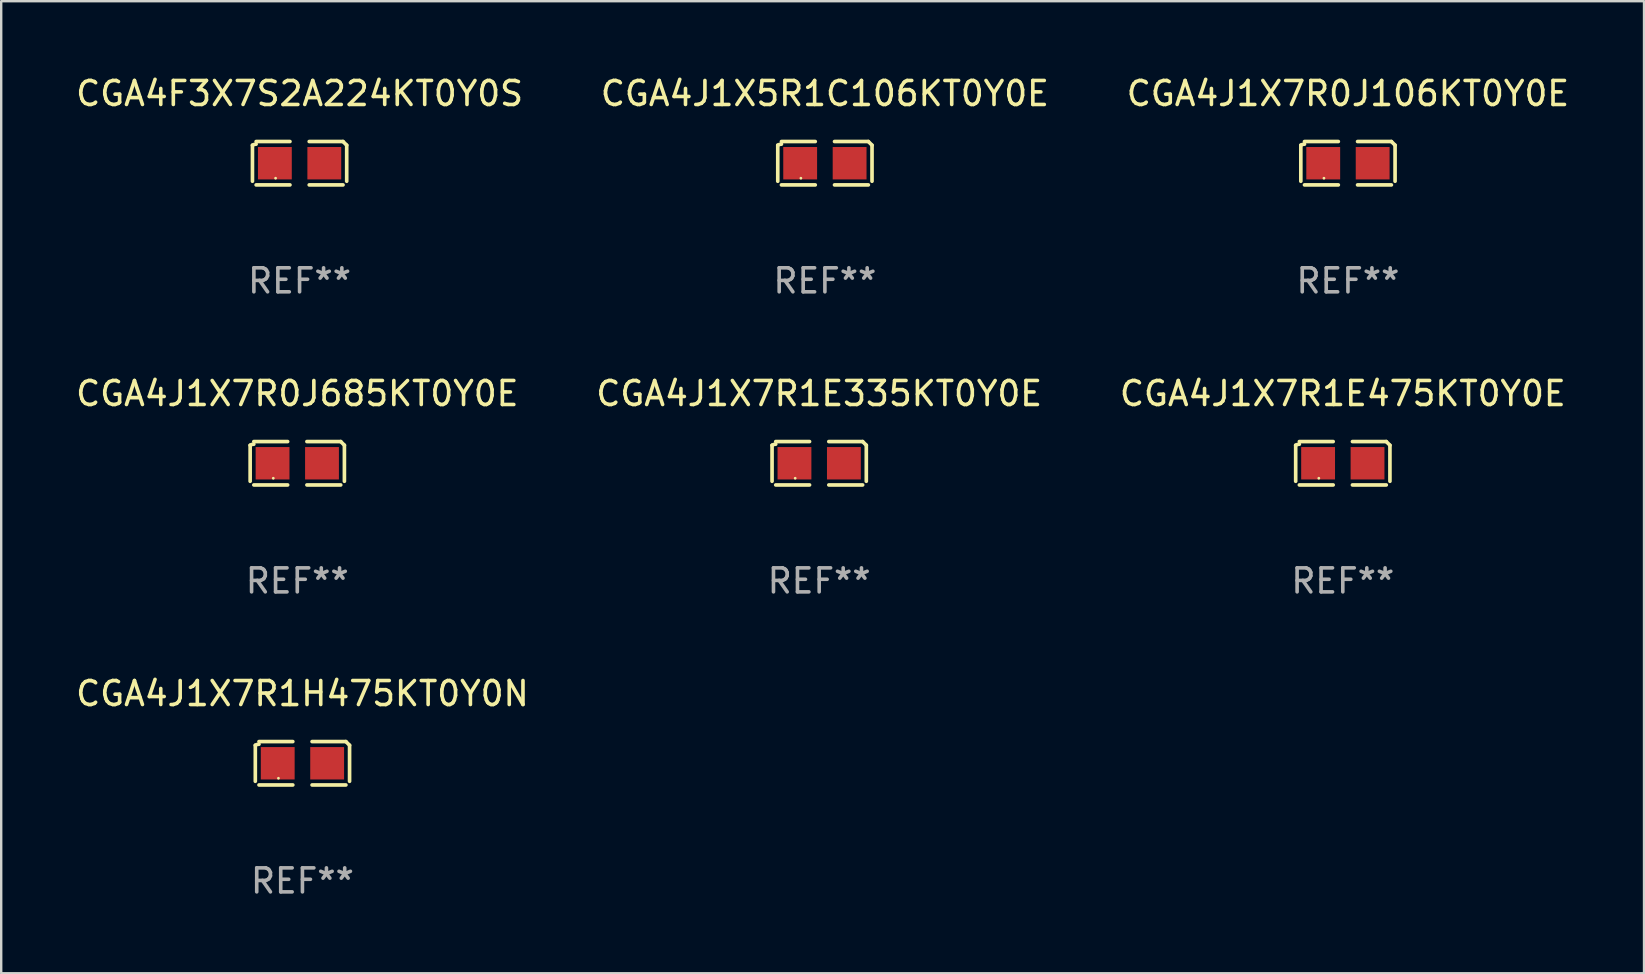
<source format=kicad_pcb>
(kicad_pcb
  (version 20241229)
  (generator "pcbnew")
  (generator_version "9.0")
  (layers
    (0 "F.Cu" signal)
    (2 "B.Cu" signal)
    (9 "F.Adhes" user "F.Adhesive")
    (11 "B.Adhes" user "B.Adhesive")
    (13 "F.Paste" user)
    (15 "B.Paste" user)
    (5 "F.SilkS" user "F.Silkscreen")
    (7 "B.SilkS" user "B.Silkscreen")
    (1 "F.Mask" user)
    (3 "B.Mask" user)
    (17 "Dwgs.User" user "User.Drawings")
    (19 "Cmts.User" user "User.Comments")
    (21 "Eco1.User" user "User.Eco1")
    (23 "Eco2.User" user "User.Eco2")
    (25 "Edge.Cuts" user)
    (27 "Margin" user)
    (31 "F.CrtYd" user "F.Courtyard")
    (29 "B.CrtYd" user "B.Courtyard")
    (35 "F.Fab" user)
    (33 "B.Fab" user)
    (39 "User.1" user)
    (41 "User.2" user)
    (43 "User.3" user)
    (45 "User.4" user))
  (footprint "CGA4J1X7R0J685KT0Y0E"
    (layer "F.Cu")
    (at 9.339 16.256)
    (property "Reference" "CGA4J1X7R0J685KT0Y0E" (at 0 -2.904 0) (layer "F.SilkS") (effects (font (size 1 1) (thickness 0.15))))
    (attr through_hole)
    (fp_line (start -1.964 0.751) (end -1.964 -0.751) (stroke (width 0.152) (type solid)) (layer "F.SilkS"))
    (fp_line (start -1.811 -0.904) (end -0.401 -0.904) (stroke (width 0.152) (type solid)) (layer "F.SilkS"))
    (fp_line (start -0.401 0.904) (end -1.811 0.904) (stroke (width 0.152) (type solid)) (layer "F.SilkS"))
    (fp_line (start 0.401 0.904) (end 1.811 0.904) (stroke (width 0.152) (type solid)) (layer "F.SilkS"))
    (fp_line (start 1.811 -0.904) (end 0.401 -0.904) (stroke (width 0.152) (type solid)) (layer "F.SilkS"))
    (fp_line (start 1.964 0.751) (end 1.964 -0.751) (stroke (width 0.152) (type solid)) (layer "F.SilkS"))
    (fp_arc (start -1.963602 -0.751207) (mid -1.890354 -0.783131) (end -1.811201 -0.794044) (stroke (width 0.1524) (type solid)) (layer "F.SilkS"))
    (fp_arc (start 1.811202 -0.903607) (mid 1.887413 -0.827418) (end 1.963602 -0.751207) (stroke (width 0.1524) (type solid)) (layer "F.SilkS"))
    (fp_circle (center -1 0.625) (end -0.97 0.625) (stroke (width 0.06) (type solid)) (fill no) (layer "F.SilkS"))
    (fp_text user "REF**" (at 0 4.904 0) (layer "F.Fab") (effects (font (size 1 1) (thickness 0.15))))
    (pad "1" smd rect (at -1.03 0) (size 1.41 1.35) (layers "F.Cu" "F.Mask" "F.Paste"))
    (pad "2" smd rect (at 1.03 0) (size 1.41 1.35) (layers "F.Cu" "F.Mask" "F.Paste")))
  (footprint "CGA4J1X7R1E335KT0Y0E"
    (layer "F.Cu")
    (at 31.089 16.256)
    (property "Reference" "CGA4J1X7R1E335KT0Y0E" (at 0 -2.904 0) (layer "F.SilkS") (effects (font (size 1 1) (thickness 0.15))))
    (attr through_hole)
    (fp_line (start -1.964 0.751) (end -1.964 -0.751) (stroke (width 0.152) (type solid)) (layer "F.SilkS"))
    (fp_line (start -1.811 -0.904) (end -0.401 -0.904) (stroke (width 0.152) (type solid)) (layer "F.SilkS"))
    (fp_line (start -0.401 0.904) (end -1.811 0.904) (stroke (width 0.152) (type solid)) (layer "F.SilkS"))
    (fp_line (start 0.401 0.904) (end 1.811 0.904) (stroke (width 0.152) (type solid)) (layer "F.SilkS"))
    (fp_line (start 1.811 -0.904) (end 0.401 -0.904) (stroke (width 0.152) (type solid)) (layer "F.SilkS"))
    (fp_line (start 1.964 0.751) (end 1.964 -0.751) (stroke (width 0.152) (type solid)) (layer "F.SilkS"))
    (fp_arc (start -1.963602 -0.751207) (mid -1.890354 -0.783131) (end -1.811201 -0.794044) (stroke (width 0.1524) (type solid)) (layer "F.SilkS"))
    (fp_arc (start 1.811202 -0.903607) (mid 1.887413 -0.827418) (end 1.963602 -0.751207) (stroke (width 0.1524) (type solid)) (layer "F.SilkS"))
    (fp_circle (center -1 0.625) (end -0.97 0.625) (stroke (width 0.06) (type solid)) (fill no) (layer "F.SilkS"))
    (fp_text user "REF**" (at 0 4.904 0) (layer "F.Fab") (effects (font (size 1 1) (thickness 0.15))))
    (pad "1" smd rect (at -1.03 0) (size 1.41 1.35) (layers "F.Cu" "F.Mask" "F.Paste"))
    (pad "2" smd rect (at 1.03 0) (size 1.41 1.35) (layers "F.Cu" "F.Mask" "F.Paste")))
  (footprint "CGA4J1X7R1H475KT0Y0N"
    (layer "F.Cu")
    (at 9.554 28.759)
    (property "Reference" "CGA4J1X7R1H475KT0Y0N" (at 0 -2.904 0) (layer "F.SilkS") (effects (font (size 1 1) (thickness 0.15))))
    (attr through_hole)
    (fp_line (start -1.964 0.751) (end -1.964 -0.751) (stroke (width 0.152) (type solid)) (layer "F.SilkS"))
    (fp_line (start -1.811 -0.904) (end -0.401 -0.904) (stroke (width 0.152) (type solid)) (layer "F.SilkS"))
    (fp_line (start -0.401 0.904) (end -1.811 0.904) (stroke (width 0.152) (type solid)) (layer "F.SilkS"))
    (fp_line (start 0.401 0.904) (end 1.811 0.904) (stroke (width 0.152) (type solid)) (layer "F.SilkS"))
    (fp_line (start 1.811 -0.904) (end 0.401 -0.904) (stroke (width 0.152) (type solid)) (layer "F.SilkS"))
    (fp_line (start 1.964 0.751) (end 1.964 -0.751) (stroke (width 0.152) (type solid)) (layer "F.SilkS"))
    (fp_arc (start -1.963602 -0.751207) (mid -1.890354 -0.783131) (end -1.811201 -0.794044) (stroke (width 0.1524) (type solid)) (layer "F.SilkS"))
    (fp_arc (start 1.811202 -0.903607) (mid 1.887413 -0.827418) (end 1.963602 -0.751207) (stroke (width 0.1524) (type solid)) (layer "F.SilkS"))
    (fp_circle (center -1 0.625) (end -0.97 0.625) (stroke (width 0.06) (type solid)) (fill no) (layer "F.SilkS"))
    (fp_text user "REF**" (at 0 4.904 0) (layer "F.Fab") (effects (font (size 1 1) (thickness 0.15))))
    (pad "1" smd rect (at -1.03 0) (size 1.41 1.35) (layers "F.Cu" "F.Mask" "F.Paste"))
    (pad "2" smd rect (at 1.03 0) (size 1.41 1.35) (layers "F.Cu" "F.Mask" "F.Paste")))
  (footprint "CGA4J1X5R1C106KT0Y0E"
    (layer "F.Cu")
    (at 31.327 3.752)
    (property "Reference" "CGA4J1X5R1C106KT0Y0E" (at 0 -2.904 0) (layer "F.SilkS") (effects (font (size 1 1) (thickness 0.15))))
    (attr through_hole)
    (fp_line (start -1.964 0.751) (end -1.964 -0.751) (stroke (width 0.152) (type solid)) (layer "F.SilkS"))
    (fp_line (start -1.811 -0.904) (end -0.401 -0.904) (stroke (width 0.152) (type solid)) (layer "F.SilkS"))
    (fp_line (start -0.401 0.904) (end -1.811 0.904) (stroke (width 0.152) (type solid)) (layer "F.SilkS"))
    (fp_line (start 0.401 0.904) (end 1.811 0.904) (stroke (width 0.152) (type solid)) (layer "F.SilkS"))
    (fp_line (start 1.811 -0.904) (end 0.401 -0.904) (stroke (width 0.152) (type solid)) (layer "F.SilkS"))
    (fp_line (start 1.964 0.751) (end 1.964 -0.751) (stroke (width 0.152) (type solid)) (layer "F.SilkS"))
    (fp_arc (start -1.963602 -0.751207) (mid -1.890354 -0.783131) (end -1.811201 -0.794044) (stroke (width 0.1524) (type solid)) (layer "F.SilkS"))
    (fp_arc (start 1.811202 -0.903607) (mid 1.887413 -0.827418) (end 1.963602 -0.751207) (stroke (width 0.1524) (type solid)) (layer "F.SilkS"))
    (fp_circle (center -1 0.625) (end -0.97 0.625) (stroke (width 0.06) (type solid)) (fill no) (layer "F.SilkS"))
    (fp_text user "REF**" (at 0 4.904 0) (layer "F.Fab") (effects (font (size 1 1) (thickness 0.15))))
    (pad "1" smd rect (at -1.03 0) (size 1.41 1.35) (layers "F.Cu" "F.Mask" "F.Paste"))
    (pad "2" smd rect (at 1.03 0) (size 1.41 1.35) (layers "F.Cu" "F.Mask" "F.Paste")))
  (footprint "CGA4J1X7R0J106KT0Y0E"
    (layer "F.Cu")
    (at 53.125 3.752)
    (property "Reference" "CGA4J1X7R0J106KT0Y0E" (at 0 -2.904 0) (layer "F.SilkS") (effects (font (size 1 1) (thickness 0.15))))
    (attr through_hole)
    (fp_line (start -1.964 0.751) (end -1.964 -0.751) (stroke (width 0.152) (type solid)) (layer "F.SilkS"))
    (fp_line (start -1.811 -0.904) (end -0.401 -0.904) (stroke (width 0.152) (type solid)) (layer "F.SilkS"))
    (fp_line (start -0.401 0.904) (end -1.811 0.904) (stroke (width 0.152) (type solid)) (layer "F.SilkS"))
    (fp_line (start 0.401 0.904) (end 1.811 0.904) (stroke (width 0.152) (type solid)) (layer "F.SilkS"))
    (fp_line (start 1.811 -0.904) (end 0.401 -0.904) (stroke (width 0.152) (type solid)) (layer "F.SilkS"))
    (fp_line (start 1.964 0.751) (end 1.964 -0.751) (stroke (width 0.152) (type solid)) (layer "F.SilkS"))
    (fp_arc (start -1.963602 -0.751207) (mid -1.890354 -0.783131) (end -1.811201 -0.794044) (stroke (width 0.1524) (type solid)) (layer "F.SilkS"))
    (fp_arc (start 1.811202 -0.903607) (mid 1.887413 -0.827418) (end 1.963602 -0.751207) (stroke (width 0.1524) (type solid)) (layer "F.SilkS"))
    (fp_circle (center -1 0.625) (end -0.97 0.625) (stroke (width 0.06) (type solid)) (fill no) (layer "F.SilkS"))
    (fp_text user "REF**" (at 0 4.904 0) (layer "F.Fab") (effects (font (size 1 1) (thickness 0.15))))
    (pad "1" smd rect (at -1.03 0) (size 1.41 1.35) (layers "F.Cu" "F.Mask" "F.Paste"))
    (pad "2" smd rect (at 1.03 0) (size 1.41 1.35) (layers "F.Cu" "F.Mask" "F.Paste")))
  (footprint "CGA4J1X7R1E475KT0Y0E"
    (layer "F.Cu")
    (at 52.911 16.256)
    (property "Reference" "CGA4J1X7R1E475KT0Y0E" (at 0 -2.904 0) (layer "F.SilkS") (effects (font (size 1 1) (thickness 0.15))))
    (attr through_hole)
    (fp_line (start -1.964 0.751) (end -1.964 -0.751) (stroke (width 0.152) (type solid)) (layer "F.SilkS"))
    (fp_line (start -1.811 -0.904) (end -0.401 -0.904) (stroke (width 0.152) (type solid)) (layer "F.SilkS"))
    (fp_line (start -0.401 0.904) (end -1.811 0.904) (stroke (width 0.152) (type solid)) (layer "F.SilkS"))
    (fp_line (start 0.401 0.904) (end 1.811 0.904) (stroke (width 0.152) (type solid)) (layer "F.SilkS"))
    (fp_line (start 1.811 -0.904) (end 0.401 -0.904) (stroke (width 0.152) (type solid)) (layer "F.SilkS"))
    (fp_line (start 1.964 0.751) (end 1.964 -0.751) (stroke (width 0.152) (type solid)) (layer "F.SilkS"))
    (fp_arc (start -1.963602 -0.751207) (mid -1.890354 -0.783131) (end -1.811201 -0.794044) (stroke (width 0.1524) (type solid)) (layer "F.SilkS"))
    (fp_arc (start 1.811202 -0.903607) (mid 1.887413 -0.827418) (end 1.963602 -0.751207) (stroke (width 0.1524) (type solid)) (layer "F.SilkS"))
    (fp_circle (center -1 0.625) (end -0.97 0.625) (stroke (width 0.06) (type solid)) (fill no) (layer "F.SilkS"))
    (fp_text user "REF**" (at 0 4.904 0) (layer "F.Fab") (effects (font (size 1 1) (thickness 0.15))))
    (pad "1" smd rect (at -1.03 0) (size 1.41 1.35) (layers "F.Cu" "F.Mask" "F.Paste"))
    (pad "2" smd rect (at 1.03 0) (size 1.41 1.35) (layers "F.Cu" "F.Mask" "F.Paste")))
  (footprint "CGA4F3X7S2A224KT0Y0S"
    (layer "F.Cu")
    (at 9.435 3.752)
    (property "Reference" "CGA4F3X7S2A224KT0Y0S" (at 0 -2.904 0) (layer "F.SilkS") (effects (font (size 1 1) (thickness 0.15))))
    (attr through_hole)
    (fp_line (start -1.964 0.751) (end -1.964 -0.751) (stroke (width 0.152) (type solid)) (layer "F.SilkS"))
    (fp_line (start -1.811 -0.904) (end -0.401 -0.904) (stroke (width 0.152) (type solid)) (layer "F.SilkS"))
    (fp_line (start -0.401 0.904) (end -1.811 0.904) (stroke (width 0.152) (type solid)) (layer "F.SilkS"))
    (fp_line (start 0.401 0.904) (end 1.811 0.904) (stroke (width 0.152) (type solid)) (layer "F.SilkS"))
    (fp_line (start 1.811 -0.904) (end 0.401 -0.904) (stroke (width 0.152) (type solid)) (layer "F.SilkS"))
    (fp_line (start 1.964 0.751) (end 1.964 -0.751) (stroke (width 0.152) (type solid)) (layer "F.SilkS"))
    (fp_arc (start -1.963602 -0.751207) (mid -1.890354 -0.783131) (end -1.811201 -0.794044) (stroke (width 0.1524) (type solid)) (layer "F.SilkS"))
    (fp_arc (start 1.811202 -0.903607) (mid 1.887413 -0.827418) (end 1.963602 -0.751207) (stroke (width 0.1524) (type solid)) (layer "F.SilkS"))
    (fp_circle (center -1 0.625) (end -0.97 0.625) (stroke (width 0.06) (type solid)) (fill no) (layer "F.SilkS"))
    (fp_text user "REF**" (at 0 4.904 0) (layer "F.Fab") (effects (font (size 1 1) (thickness 0.15))))
    (pad "1" smd rect (at -1.03 0) (size 1.41 1.35) (layers "F.Cu" "F.Mask" "F.Paste"))
    (pad "2" smd rect (at 1.03 0) (size 1.41 1.35) (layers "F.Cu" "F.Mask" "F.Paste")))
  (gr_rect
    (start -3 -3)
    (end 65.464 37.511)
    (stroke (width 0.1) (type default))
    (fill no)
    (layer "Edge.Cuts")))
</source>
